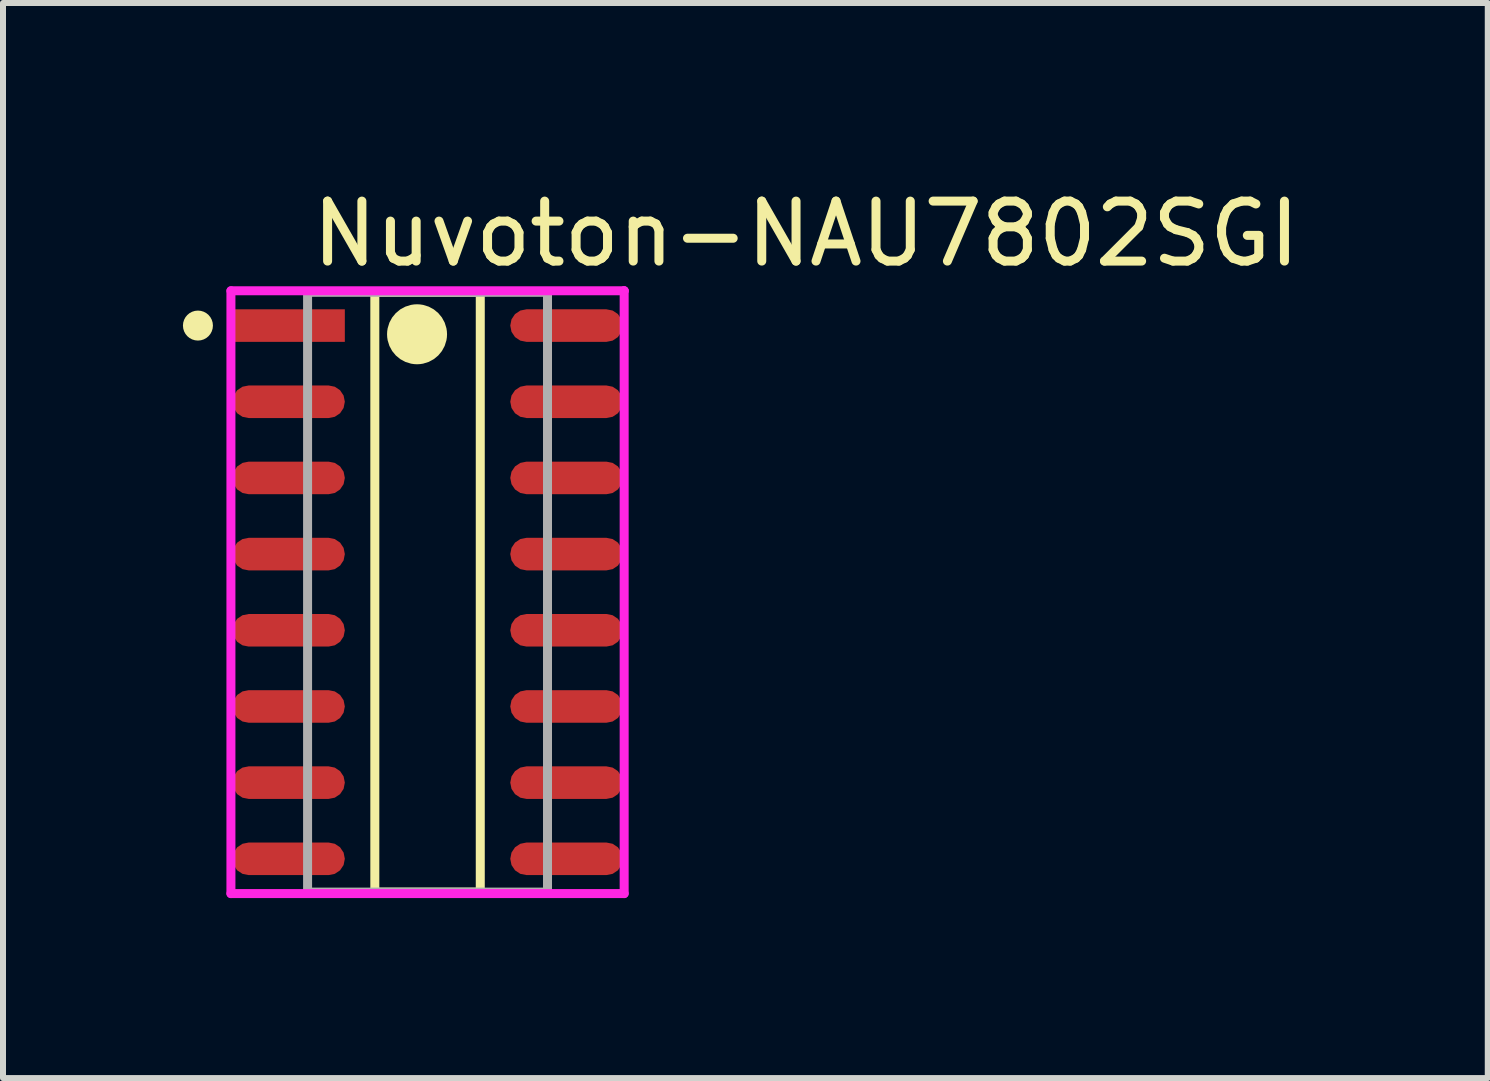
<source format=kicad_pcb>
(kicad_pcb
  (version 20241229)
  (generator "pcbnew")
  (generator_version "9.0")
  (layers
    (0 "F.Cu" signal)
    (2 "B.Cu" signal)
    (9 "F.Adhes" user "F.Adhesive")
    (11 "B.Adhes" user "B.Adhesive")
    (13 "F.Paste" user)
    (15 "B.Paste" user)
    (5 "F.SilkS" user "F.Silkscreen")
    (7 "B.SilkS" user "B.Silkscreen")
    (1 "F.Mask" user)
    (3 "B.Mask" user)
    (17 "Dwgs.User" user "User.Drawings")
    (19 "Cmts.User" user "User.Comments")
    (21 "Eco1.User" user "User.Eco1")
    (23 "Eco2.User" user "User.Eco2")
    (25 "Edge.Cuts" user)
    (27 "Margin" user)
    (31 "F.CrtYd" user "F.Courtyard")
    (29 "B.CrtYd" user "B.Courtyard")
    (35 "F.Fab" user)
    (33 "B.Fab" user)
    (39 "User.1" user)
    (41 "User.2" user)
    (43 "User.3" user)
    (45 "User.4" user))
  (footprint "Nuvoton-NAU7802SGI"
    (layer "F.Cu")
    (at 4.078 6.823)
    (property "Reference" "Nuvoton-NAU7802SGI" (at -2.003 -5.975 0) (layer "F.SilkS") (effects (font (size 1 1) (thickness 0.15)) (justify left)))
    (attr through_hole)
    (fp_line (start -0.879 -5) (end 0.879 -5) (stroke (width 0.15) (type solid)) (layer "F.SilkS"))
    (fp_line (start -0.879 5) (end -0.879 -5) (stroke (width 0.15) (type solid)) (layer "F.SilkS"))
    (fp_line (start 0.879 -5) (end 0.879 5) (stroke (width 0.15) (type solid)) (layer "F.SilkS"))
    (fp_line (start 0.879 5) (end -0.879 5) (stroke (width 0.15) (type solid)) (layer "F.SilkS"))
    (fp_circle (center -3.828 -4.445) (end -3.703 -4.445) (stroke (width 0.25) (type solid)) (fill no) (layer "F.SilkS"))
    (fp_circle (center -0.175 -4.3) (end 0.075 -4.3) (stroke (width 0.5) (type solid)) (fill no) (layer "F.SilkS"))
    (fp_line (start -3.278 -5.025) (end -3.278 5.025) (stroke (width 0.15) (type solid)) (layer "F.CrtYd"))
    (fp_line (start -3.278 5.025) (end 3.278 5.025) (stroke (width 0.15) (type solid)) (layer "F.CrtYd"))
    (fp_line (start 3.278 -5.025) (end -3.278 -5.025) (stroke (width 0.15) (type solid)) (layer "F.CrtYd"))
    (fp_line (start 3.278 -5.025) (end 3.278 -5.025) (stroke (width 0.15) (type solid)) (layer "F.CrtYd"))
    (fp_line (start 3.278 5.025) (end 3.278 -5.025) (stroke (width 0.15) (type solid)) (layer "F.CrtYd"))
    (fp_line (start -2 -5) (end 2 -5) (stroke (width 0.15) (type solid)) (layer "F.Fab"))
    (fp_line (start -2 5) (end -2 -5) (stroke (width 0.15) (type solid)) (layer "F.Fab"))
    (fp_line (start 2 -5) (end 2 5) (stroke (width 0.15) (type solid)) (layer "F.Fab"))
    (fp_line (start 2 5) (end -2 5) (stroke (width 0.15) (type solid)) (layer "F.Fab"))
    (pad "1" smd rect (at -2.316 -4.445) (size 1.874 0.543) (layers "F.Cu" "F.Mask" "F.Paste"))
    (pad "2" smd roundrect (at -2.316 -3.175) (size 1.874 0.543) (layers "F.Cu" "F.Mask" "F.Paste") (roundrect_rratio 0.5))
    (pad "3" smd roundrect (at -2.316 -1.905) (size 1.874 0.543) (layers "F.Cu" "F.Mask" "F.Paste") (roundrect_rratio 0.5))
    (pad "4" smd roundrect (at -2.316 -0.635) (size 1.874 0.543) (layers "F.Cu" "F.Mask" "F.Paste") (roundrect_rratio 0.5))
    (pad "5" smd roundrect (at -2.316 0.635) (size 1.874 0.543) (layers "F.Cu" "F.Mask" "F.Paste") (roundrect_rratio 0.5))
    (pad "6" smd roundrect (at -2.316 1.905) (size 1.874 0.543) (layers "F.Cu" "F.Mask" "F.Paste") (roundrect_rratio 0.5))
    (pad "7" smd roundrect (at -2.316 3.175) (size 1.874 0.543) (layers "F.Cu" "F.Mask" "F.Paste") (roundrect_rratio 0.5))
    (pad "8" smd roundrect (at -2.316 4.445) (size 1.874 0.543) (layers "F.Cu" "F.Mask" "F.Paste") (roundrect_rratio 0.5))
    (pad "9" smd roundrect (at 2.316 4.445) (size 1.874 0.543) (layers "F.Cu" "F.Mask" "F.Paste") (roundrect_rratio 0.5))
    (pad "10" smd roundrect (at 2.316 3.175) (size 1.874 0.543) (layers "F.Cu" "F.Mask" "F.Paste") (roundrect_rratio 0.5))
    (pad "11" smd roundrect (at 2.316 1.905) (size 1.874 0.543) (layers "F.Cu" "F.Mask" "F.Paste") (roundrect_rratio 0.5))
    (pad "12" smd roundrect (at 2.316 0.635) (size 1.874 0.543) (layers "F.Cu" "F.Mask" "F.Paste") (roundrect_rratio 0.5))
    (pad "13" smd roundrect (at 2.316 -0.635) (size 1.874 0.543) (layers "F.Cu" "F.Mask" "F.Paste") (roundrect_rratio 0.5))
    (pad "14" smd roundrect (at 2.316 -1.905) (size 1.874 0.543) (layers "F.Cu" "F.Mask" "F.Paste") (roundrect_rratio 0.5))
    (pad "15" smd roundrect (at 2.316 -3.175) (size 1.874 0.543) (layers "F.Cu" "F.Mask" "F.Paste") (roundrect_rratio 0.5))
    (pad "16" smd roundrect (at 2.316 -4.445) (size 1.874 0.543) (layers "F.Cu" "F.Mask" "F.Paste") (roundrect_rratio 0.5)))
  (gr_rect
    (start -3 -3)
    (end 21.754 14.923)
    (stroke (width 0.1) (type default))
    (fill no)
    (layer "Edge.Cuts")))
</source>
